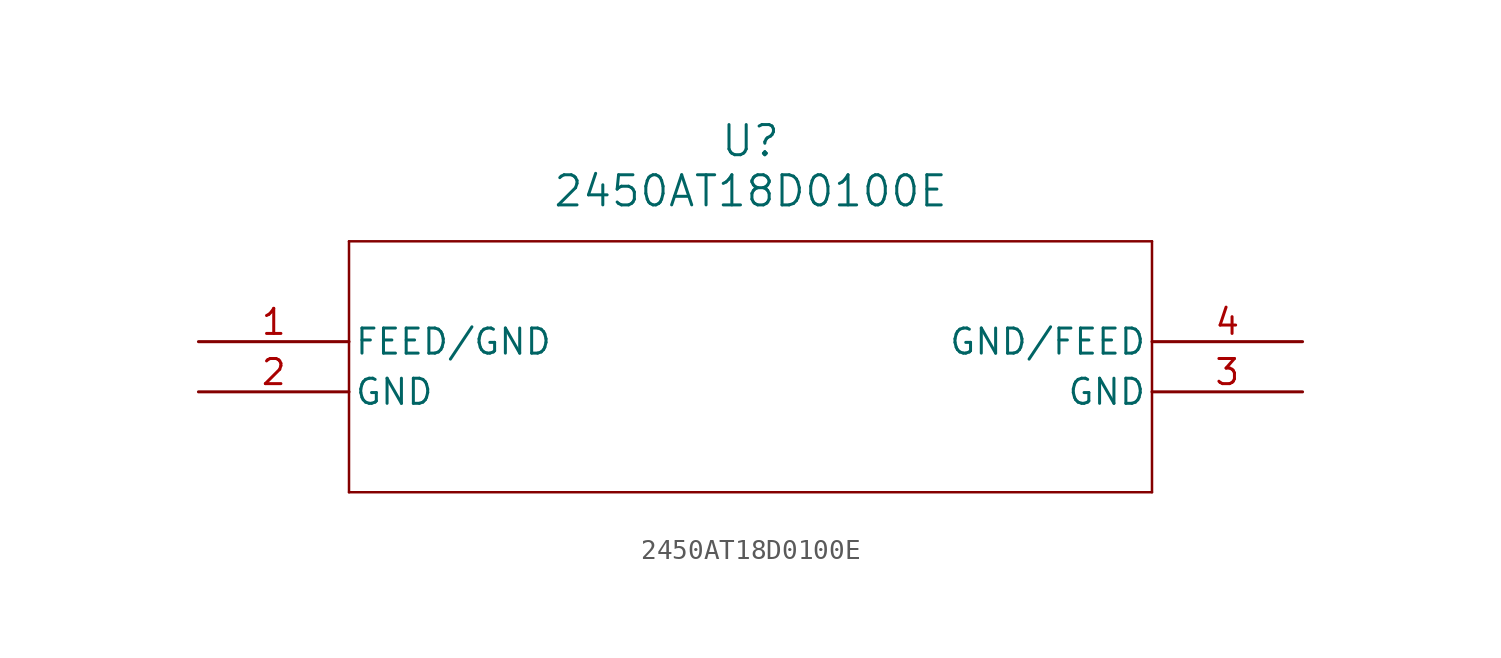
<source format=kicad_sym>
(kicad_symbol_lib
  (version 20211014)
  (generator kicad_symbol_editor)
  (symbol "2450AT18D0100E"
    (pin_names
      (offset 0.254))
    (property "Reference" "U"
      (at 27.94 10.16 0)
      (effects (font (size 1.524 1.524))))
    (property "Value" "2450AT18D0100E"
      (at 27.94 7.62 0)
      (effects (font (size 1.524 1.524))))
    (symbol "2450AT18D0100E_0_1"
      (polyline (pts (xy 7.62 5.08) (xy 7.62 -7.62)) (stroke (width 0.127) (type default) (color 0 0 0 0)) (fill (type none)))
      (polyline (pts (xy 7.62 -7.62) (xy 48.26 -7.62)) (stroke (width 0.127) (type default) (color 0 0 0 0)) (fill (type none)))
      (polyline (pts (xy 48.26 -7.62) (xy 48.26 5.08)) (stroke (width 0.127) (type default) (color 0 0 0 0)) (fill (type none)))
      (polyline (pts (xy 48.26 5.08) (xy 7.62 5.08)) (stroke (width 0.127) (type default) (color 0 0 0 0)) (fill (type none)))
      (pin unspecified line (at 0 0 0) (length 7.62) (name "FEED/GND" (effects (font (size 1.27 1.27)))) (number "1" (effects (font (size 1.27 1.27)))))
      (pin power_out line (at 0 -2.54 0) (length 7.62) (name "GND" (effects (font (size 1.27 1.27)))) (number "2" (effects (font (size 1.27 1.27)))))
      (pin power_out line (at 55.88 -2.54 180) (length 7.62) (name "GND" (effects (font (size 1.27 1.27)))) (number "3" (effects (font (size 1.27 1.27)))))
      (pin unspecified line (at 55.88 0 180) (length 7.62) (name "GND/FEED" (effects (font (size 1.27 1.27)))) (number "4" (effects (font (size 1.27 1.27))))))))
</source>
